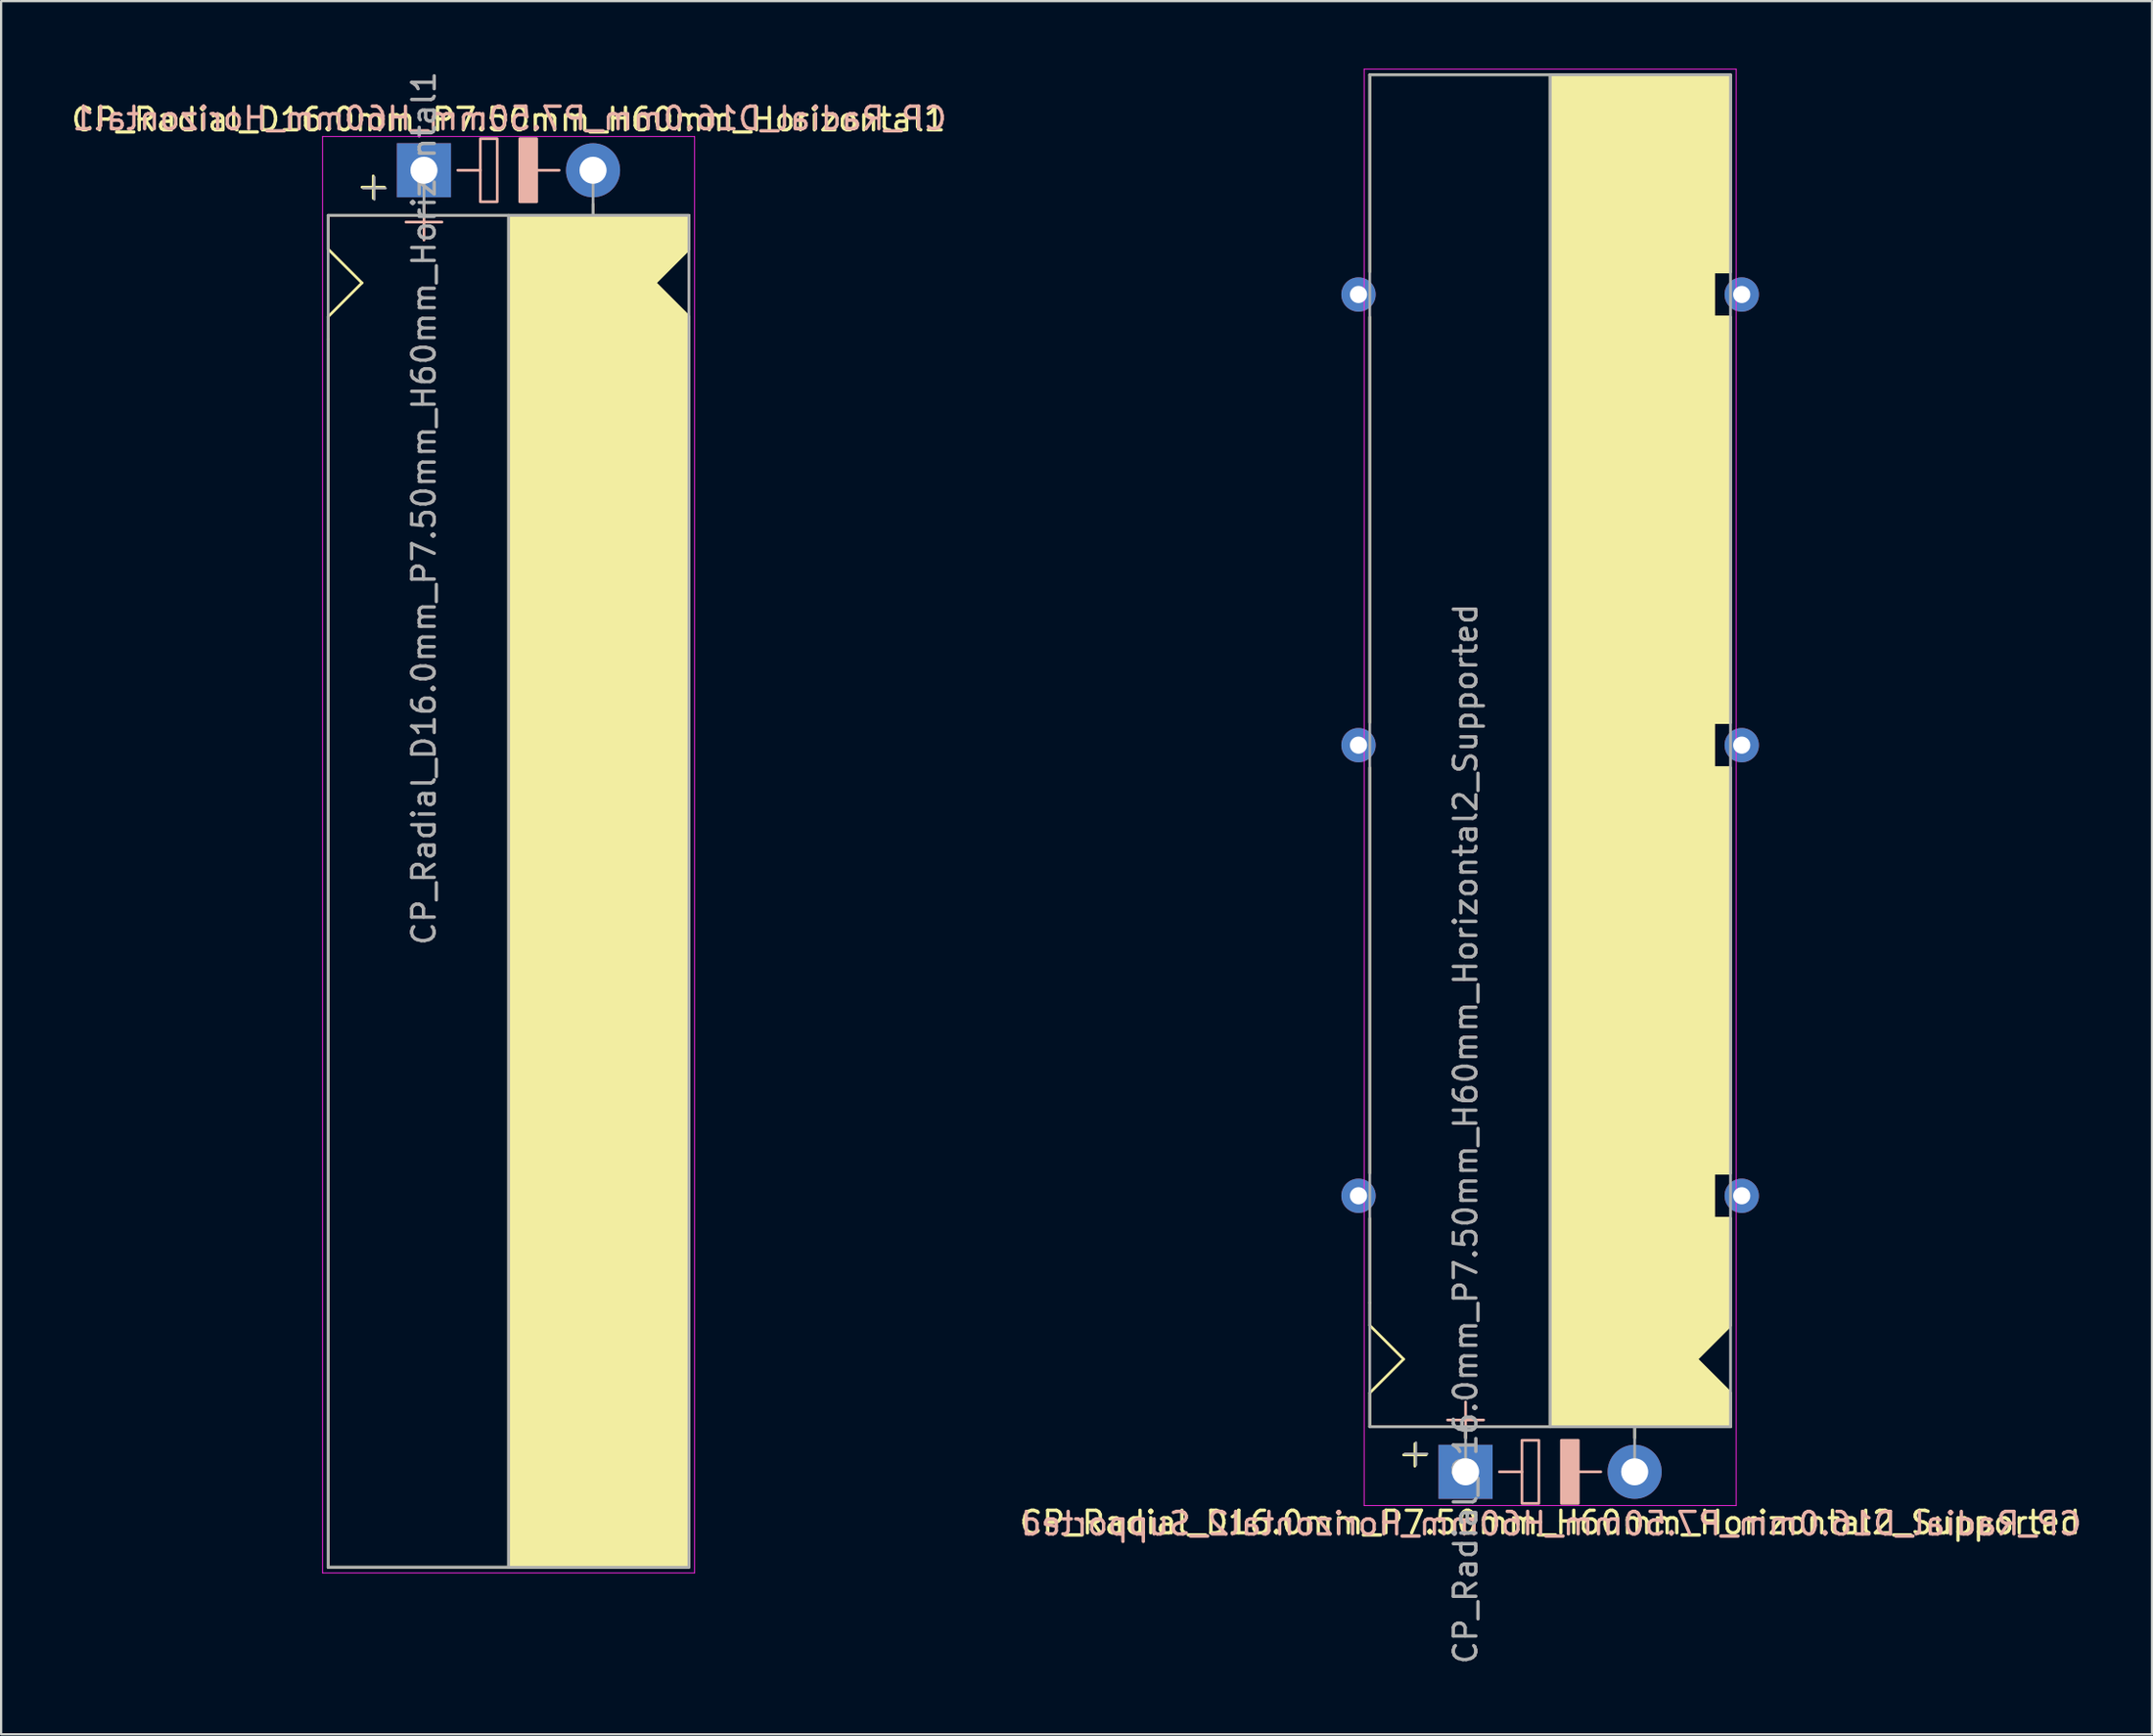
<source format=kicad_pcb>
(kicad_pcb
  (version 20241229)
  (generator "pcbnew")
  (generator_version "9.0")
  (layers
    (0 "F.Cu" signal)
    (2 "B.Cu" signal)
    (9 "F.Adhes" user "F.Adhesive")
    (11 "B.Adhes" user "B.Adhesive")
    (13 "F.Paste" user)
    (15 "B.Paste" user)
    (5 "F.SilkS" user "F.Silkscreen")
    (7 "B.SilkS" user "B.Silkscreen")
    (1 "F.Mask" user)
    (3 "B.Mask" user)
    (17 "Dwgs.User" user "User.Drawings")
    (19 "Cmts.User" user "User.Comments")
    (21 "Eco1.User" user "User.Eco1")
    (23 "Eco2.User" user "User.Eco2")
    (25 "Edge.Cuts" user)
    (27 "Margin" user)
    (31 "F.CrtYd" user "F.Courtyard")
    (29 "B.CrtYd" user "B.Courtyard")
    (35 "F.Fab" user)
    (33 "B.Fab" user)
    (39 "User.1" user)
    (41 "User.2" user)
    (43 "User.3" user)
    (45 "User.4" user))
  (footprint "CP_Radial_D16.0mm_P7.50mm_H60mm_Horizontal1"
    (layer "F.Cu")
    (at 15.756 4.506)
    (property "Reference" "CP_Radial_D16.0mm_P7.50mm_H60mm_Horizontal1" (at 3.75 -2.25 0) (layer "F.SilkS") (effects (font (size 1 1) (thickness 0.15))))
    (fp_line (start -4.25 2) (end -4.25 3.5) (stroke (width 0.12) (type solid)) (layer "F.SilkS"))
    (fp_line (start -4.25 3.5) (end -2.75 5) (stroke (width 0.12) (type solid)) (layer "F.SilkS"))
    (fp_line (start -4.25 6.5) (end -4.25 7.5) (stroke (width 0.12) (type solid)) (layer "F.SilkS"))
    (fp_line (start -4.25 7.5) (end -4.25 62) (stroke (width 0.12) (type solid)) (layer "F.SilkS"))
    (fp_line (start -2.75 5) (end -4.25 6.5) (stroke (width 0.12) (type solid)) (layer "F.SilkS"))
    (fp_line (start -2.25 0.25) (end -2.25 1.25) (stroke (width 0.12) (type solid)) (layer "F.SilkS"))
    (fp_line (start -1.75 0.75) (end -2.75 0.75) (stroke (width 0.12) (type solid)) (layer "F.SilkS"))
    (fp_line (start 0 1.5) (end 0 2) (stroke (width 0.12) (type solid)) (layer "F.SilkS"))
    (fp_line (start 3.75 2) (end -4.25 2) (stroke (width 0.12) (type solid)) (layer "F.SilkS"))
    (fp_line (start 3.75 2) (end 3.75 62) (stroke (width 0.12) (type solid)) (layer "F.SilkS"))
    (fp_line (start 3.75 2) (end 11.75 2) (stroke (width 0.12) (type solid)) (layer "F.SilkS"))
    (fp_line (start 7.5 1.5) (end 7.5 2) (stroke (width 0.12) (type solid)) (layer "F.SilkS"))
    (fp_line (start 10.25 5) (end 11.75 6.5) (stroke (width 0.12) (type solid)) (layer "F.SilkS"))
    (fp_line (start 11.75 2) (end 11.75 3.5) (stroke (width 0.12) (type solid)) (layer "F.SilkS"))
    (fp_line (start 11.75 3.5) (end 10.25 5) (stroke (width 0.12) (type solid)) (layer "F.SilkS"))
    (fp_line (start 11.75 62) (end -4.25 62) (stroke (width 0.12) (type solid)) (layer "F.SilkS"))
    (fp_line (start 11.75 62) (end 11.75 6.5) (stroke (width 0.12) (type solid)) (layer "F.SilkS"))
    (fp_poly (pts (xy 11.75 3.5) (xy 10.25 5) (xy 11.75 6.5) (xy 11.75 62) (xy 3.75 62) (xy 3.75 2) (xy 11.75 2)) (stroke (width 0.1) (type solid)) (fill yes) (layer "F.SilkS"))
    (fp_line (start 0 1.5) (end 0 3.1) (stroke (width 0.12) (type solid)) (layer "B.SilkS"))
    (fp_line (start 0.8 2.3) (end -0.8 2.3) (stroke (width 0.12) (type solid)) (layer "B.SilkS"))
    (fp_line (start 2.5 0) (end 1.5 0) (stroke (width 0.12) (type solid)) (layer "B.SilkS"))
    (fp_line (start 6 0) (end 5 0) (stroke (width 0.12) (type solid)) (layer "B.SilkS"))
    (fp_rect (start 2.5 -1.4) (end 3.25 1.4) (stroke (width 0.12) (type solid)) (fill no) (layer "B.SilkS"))
    (fp_rect (start 4.25 -1.4) (end 5 1.4) (stroke (width 0.12) (type solid)) (fill yes) (layer "B.SilkS"))
    (fp_line (start -4.5 -1.5) (end 12 -1.5) (stroke (width 0.04) (type solid)) (layer "F.CrtYd"))
    (fp_line (start -4.5 62.25) (end -4.5 -1.5) (stroke (width 0.04) (type solid)) (layer "F.CrtYd"))
    (fp_line (start 12 -1.5) (end 12 62.25) (stroke (width 0.04) (type solid)) (layer "F.CrtYd"))
    (fp_line (start 12 62.25) (end -4.5 62.25) (stroke (width 0.04) (type solid)) (layer "F.CrtYd"))
    (fp_line (start -4.25 2) (end -4.25 62) (stroke (width 0.12) (type solid)) (layer "F.Fab"))
    (fp_line (start -4.25 62) (end 11.75 62) (stroke (width 0.12) (type solid)) (layer "F.Fab"))
    (fp_line (start -2.7 0.8) (end -1.7 0.8) (stroke (width 0.1) (type solid)) (layer "F.Fab"))
    (fp_line (start -2.2 1.3) (end -2.2 0.3) (stroke (width 0.1) (type solid)) (layer "F.Fab"))
    (fp_line (start 0 0) (end 0 2) (stroke (width 0.12) (type solid)) (layer "F.Fab"))
    (fp_line (start 0 2) (end -4.25 2) (stroke (width 0.12) (type solid)) (layer "F.Fab"))
    (fp_line (start 3.75 2) (end 3.75 62) (stroke (width 0.12) (type solid)) (layer "F.Fab"))
    (fp_line (start 7.5 0) (end 7.5 2) (stroke (width 0.12) (type solid)) (layer "F.Fab"))
    (fp_line (start 11.75 2) (end 0 2) (stroke (width 0.12) (type solid)) (layer "F.Fab"))
    (fp_line (start 11.75 62) (end 11.75 2) (stroke (width 0.12) (type solid)) (layer "F.Fab"))
    (fp_poly (pts (xy 11.75 62) (xy 3.75 62) (xy 3.75 2) (xy 11.75 2)) (stroke (width 0.1) (type solid)) (fill no) (layer "F.Fab"))
    (fp_text user "${REFERENCE}" (at 3.8 -2.3 0) (layer "B.SilkS") (effects (font (size 1 1) (thickness 0.15)) (justify mirror)))
    (fp_text user "${REFERENCE}" (at 0 15 90) (layer "F.Fab") (effects (font (size 1 1) (thickness 0.15))))
    (pad "1" thru_hole rect (at 0 0) (size 2.4 2.4) (drill 1.2) (layers "*.Cu" "*.Mask"))
    (pad "2" thru_hole circle (at 7.5 0) (size 2.4 2.4) (drill 1.2) (layers "*.Cu" "*.Mask")))
  (footprint "CP_Radial_D16.0mm_P7.50mm_H60mm_Horizontal2_Supported"
    (layer "F.Cu")
    (at 61.961 62.27)
    (property "Reference" "CP_Radial_D16.0mm_P7.50mm_H60mm_Horizontal2_Supported" (at 3.75 2.25 0) (layer "F.SilkS") (effects (font (size 1 1) (thickness 0.15))))
    (fp_line (start -4.25 -53.25) (end -4.25 -62) (stroke (width 0.12) (type solid)) (layer "F.SilkS"))
    (fp_line (start -4.25 -33.25) (end -4.25 -51.25) (stroke (width 0.12) (type solid)) (layer "F.SilkS"))
    (fp_line (start -4.25 -31.25) (end -4.25 -13.25) (stroke (width 0.12) (type solid)) (layer "F.SilkS"))
    (fp_line (start -4.25 -7.5) (end -4.25 -11.25) (stroke (width 0.12) (type solid)) (layer "F.SilkS"))
    (fp_line (start -4.25 -6.5) (end -4.25 -7.5) (stroke (width 0.12) (type solid)) (layer "F.SilkS"))
    (fp_line (start -4.25 -3.5) (end -2.75 -5) (stroke (width 0.12) (type solid)) (layer "F.SilkS"))
    (fp_line (start -4.25 -2) (end -4.25 -3.5) (stroke (width 0.12) (type solid)) (layer "F.SilkS"))
    (fp_line (start -2.75 -5) (end -4.25 -6.5) (stroke (width 0.12) (type solid)) (layer "F.SilkS"))
    (fp_line (start -2.25 -1.25) (end -2.25 -0.25) (stroke (width 0.12) (type solid)) (layer "F.SilkS"))
    (fp_line (start -1.75 -0.75) (end -2.75 -0.75) (stroke (width 0.12) (type solid)) (layer "F.SilkS"))
    (fp_line (start 0 -1.5) (end 0 -2) (stroke (width 0.12) (type solid)) (layer "F.SilkS"))
    (fp_line (start 3.75 -2) (end -4.25 -2) (stroke (width 0.12) (type solid)) (layer "F.SilkS"))
    (fp_line (start 3.75 -2) (end 3.75 -62) (stroke (width 0.12) (type solid)) (layer "F.SilkS"))
    (fp_line (start 3.75 -2) (end 11.75 -2) (stroke (width 0.12) (type solid)) (layer "F.SilkS"))
    (fp_line (start 7.5 -1.5) (end 7.5 -2) (stroke (width 0.12) (type solid)) (layer "F.SilkS"))
    (fp_line (start 10.25 -5) (end 11.75 -6.5) (stroke (width 0.12) (type solid)) (layer "F.SilkS"))
    (fp_line (start 11 -53.25) (end 11 -51.25) (stroke (width 0.12) (type solid)) (layer "F.SilkS"))
    (fp_line (start 11 -51.25) (end 11.75 -51.25) (stroke (width 0.12) (type solid)) (layer "F.SilkS"))
    (fp_line (start 11 -33.25) (end 11 -31.25) (stroke (width 0.12) (type solid)) (layer "F.SilkS"))
    (fp_line (start 11 -31.25) (end 11.75 -31.25) (stroke (width 0.12) (type solid)) (layer "F.SilkS"))
    (fp_line (start 11 -13.25) (end 11 -11.25) (stroke (width 0.12) (type solid)) (layer "F.SilkS"))
    (fp_line (start 11 -11.25) (end 11.75 -11.25) (stroke (width 0.12) (type solid)) (layer "F.SilkS"))
    (fp_line (start 11.75 -62) (end -4.25 -62) (stroke (width 0.12) (type solid)) (layer "F.SilkS"))
    (fp_line (start 11.75 -62) (end 11.75 -53.25) (stroke (width 0.12) (type solid)) (layer "F.SilkS"))
    (fp_line (start 11.75 -53.25) (end 11 -53.25) (stroke (width 0.12) (type solid)) (layer "F.SilkS"))
    (fp_line (start 11.75 -33.25) (end 11 -33.25) (stroke (width 0.12) (type solid)) (layer "F.SilkS"))
    (fp_line (start 11.75 -33.25) (end 11.75 -51.25) (stroke (width 0.12) (type solid)) (layer "F.SilkS"))
    (fp_line (start 11.75 -13.25) (end 11 -13.25) (stroke (width 0.12) (type solid)) (layer "F.SilkS"))
    (fp_line (start 11.75 -13.25) (end 11.75 -31.25) (stroke (width 0.12) (type solid)) (layer "F.SilkS"))
    (fp_line (start 11.75 -11.25) (end 11.75 -6.5) (stroke (width 0.12) (type solid)) (layer "F.SilkS"))
    (fp_line (start 11.75 -3.5) (end 10.25 -5) (stroke (width 0.12) (type solid)) (layer "F.SilkS"))
    (fp_line (start 11.75 -2) (end 11.75 -3.5) (stroke (width 0.12) (type solid)) (layer "F.SilkS"))
    (fp_poly (pts (xy 11.75 -3.5) (xy 10.25 -5) (xy 11.75 -6.5) (xy 11.75 -11.25) (xy 11 -11.25) (xy 11 -13.25) (xy 11.75 -13.25) (xy 11.75 -31.25) (xy 11 -31.25) (xy 11 -33.25) (xy 11.75 -33.25) (xy 11.75 -51.25) (xy 11 -51.25) (xy 11 -53.25) (xy 11.75 -53.25) (xy 11.75 -62) (xy 3.75 -62) (xy 3.75 -2) (xy 11.75 -2)) (stroke (width 0.1) (type solid)) (fill yes) (layer "F.SilkS"))
    (fp_line (start 0 -3.1) (end 0 -1.5) (stroke (width 0.12) (type solid)) (layer "B.SilkS"))
    (fp_line (start 0.8 -2.3) (end -0.8 -2.3) (stroke (width 0.12) (type solid)) (layer "B.SilkS"))
    (fp_line (start 2.5 0) (end 1.5 0) (stroke (width 0.12) (type solid)) (layer "B.SilkS"))
    (fp_line (start 6 0) (end 5 0) (stroke (width 0.12) (type solid)) (layer "B.SilkS"))
    (fp_rect (start 2.5 -1.4) (end 3.25 1.4) (stroke (width 0.12) (type solid)) (fill no) (layer "B.SilkS"))
    (fp_rect (start 4.25 -1.4) (end 5 1.4) (stroke (width 0.12) (type solid)) (fill yes) (layer "B.SilkS"))
    (fp_line (start -4.5 -62.25) (end -4.5 1.5) (stroke (width 0.04) (type solid)) (layer "F.CrtYd"))
    (fp_line (start -4.5 1.5) (end 12 1.5) (stroke (width 0.04) (type solid)) (layer "F.CrtYd"))
    (fp_line (start 12 -62.25) (end -4.5 -62.25) (stroke (width 0.04) (type solid)) (layer "F.CrtYd"))
    (fp_line (start 12 1.5) (end 12 -62.25) (stroke (width 0.04) (type solid)) (layer "F.CrtYd"))
    (fp_line (start -4.25 -62) (end 11.75 -62) (stroke (width 0.12) (type solid)) (layer "F.Fab"))
    (fp_line (start -4.25 -2) (end -4.25 -62) (stroke (width 0.12) (type solid)) (layer "F.Fab"))
    (fp_line (start -2.7 -0.8) (end -1.7 -0.8) (stroke (width 0.1) (type solid)) (layer "F.Fab"))
    (fp_line (start -2.2 -0.3) (end -2.2 -1.3) (stroke (width 0.1) (type solid)) (layer "F.Fab"))
    (fp_line (start 0 -2) (end -4.25 -2) (stroke (width 0.12) (type solid)) (layer "F.Fab"))
    (fp_line (start 0 0) (end 0 -2) (stroke (width 0.12) (type solid)) (layer "F.Fab"))
    (fp_line (start 3.75 -2) (end 3.75 -62) (stroke (width 0.12) (type solid)) (layer "F.Fab"))
    (fp_line (start 7.5 0) (end 7.5 -2) (stroke (width 0.12) (type solid)) (layer "F.Fab"))
    (fp_line (start 11.75 -62) (end 11.75 -2) (stroke (width 0.12) (type solid)) (layer "F.Fab"))
    (fp_line (start 11.75 -2) (end 0 -2) (stroke (width 0.12) (type solid)) (layer "F.Fab"))
    (fp_poly (pts (xy 11.75 -62) (xy 3.75 -62) (xy 3.75 -2) (xy 11.75 -2)) (stroke (width 0.1) (type solid)) (fill no) (layer "F.Fab"))
    (fp_text user "${REFERENCE}" (at 3.8 2.3 0) (layer "B.SilkS") (effects (font (size 1 1) (thickness 0.15)) (justify mirror)))
    (fp_text user "${REFERENCE}" (at 0 -15 90) (layer "F.Fab") (effects (font (size 1 1) (thickness 0.15))))
    (pad "1" thru_hole rect (at 0 0) (size 2.4 2.4) (drill 1.2) (layers "*.Cu" "*.Mask"))
    (pad "2" thru_hole circle (at 7.5 0) (size 2.4 2.4) (drill 1.2) (layers "*.Cu" "*.Mask"))
    (pad "~" thru_hole circle (at -4.75 -52.25 180) (size 1.524 1.524) (drill 0.762) (layers "*.Cu" "*.Mask"))
    (pad "~" thru_hole circle (at -4.75 -32.25 180) (size 1.524 1.524) (drill 0.762) (layers "*.Cu" "*.Mask"))
    (pad "~" thru_hole circle (at -4.75 -12.25 180) (size 1.524 1.524) (drill 0.762) (layers "*.Cu" "*.Mask"))
    (pad "~" thru_hole circle (at 12.25 -52.25 180) (size 1.524 1.524) (drill 0.762) (layers "*.Cu" "*.Mask"))
    (pad "~" thru_hole circle (at 12.25 -32.25 180) (size 1.524 1.524) (drill 0.762) (layers "*.Cu" "*.Mask"))
    (pad "~" thru_hole circle (at 12.25 -12.25 180) (size 1.524 1.524) (drill 0.762) (layers "*.Cu" "*.Mask")))
  (gr_rect
    (start -3 -3)
    (end 92.41 73.919)
    (stroke (width 0.1) (type default))
    (fill no)
    (layer "Edge.Cuts")))
</source>
